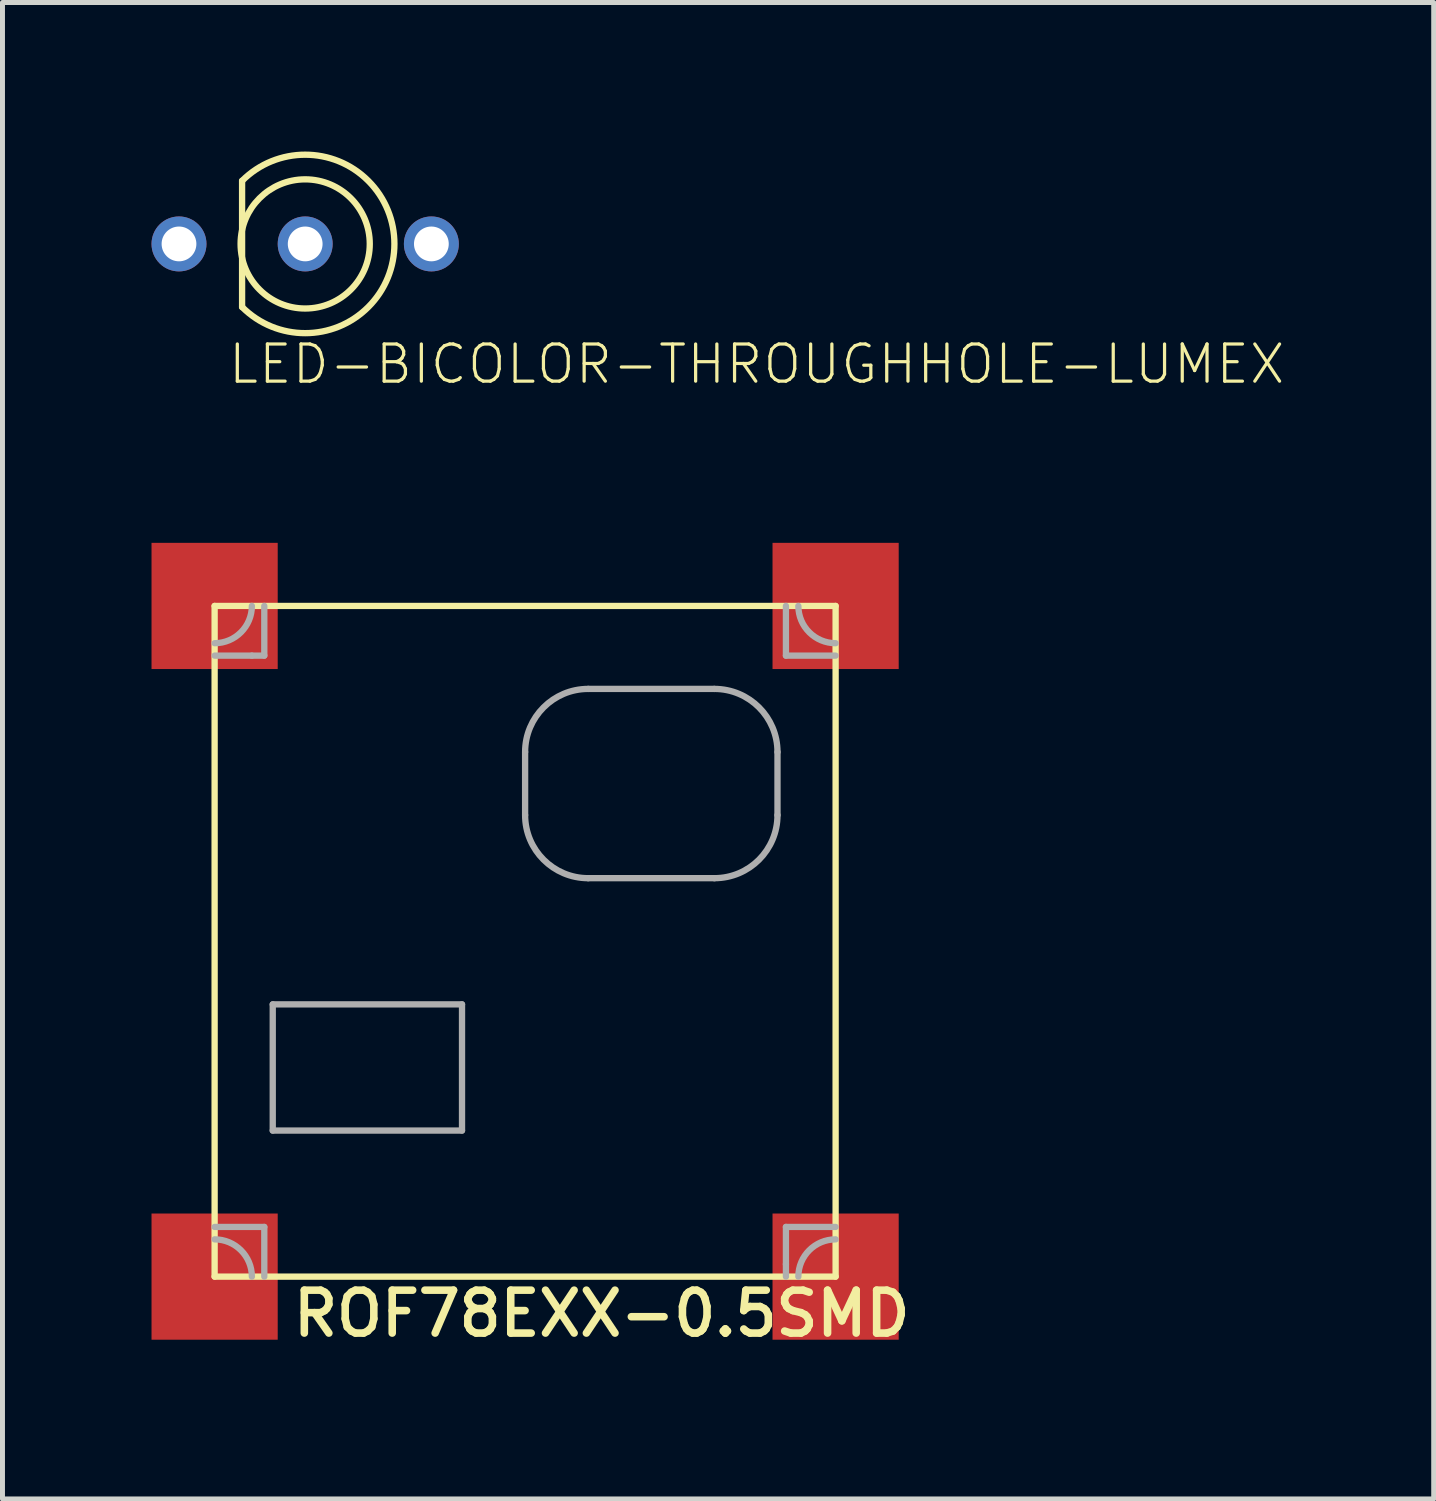
<source format=kicad_pcb>
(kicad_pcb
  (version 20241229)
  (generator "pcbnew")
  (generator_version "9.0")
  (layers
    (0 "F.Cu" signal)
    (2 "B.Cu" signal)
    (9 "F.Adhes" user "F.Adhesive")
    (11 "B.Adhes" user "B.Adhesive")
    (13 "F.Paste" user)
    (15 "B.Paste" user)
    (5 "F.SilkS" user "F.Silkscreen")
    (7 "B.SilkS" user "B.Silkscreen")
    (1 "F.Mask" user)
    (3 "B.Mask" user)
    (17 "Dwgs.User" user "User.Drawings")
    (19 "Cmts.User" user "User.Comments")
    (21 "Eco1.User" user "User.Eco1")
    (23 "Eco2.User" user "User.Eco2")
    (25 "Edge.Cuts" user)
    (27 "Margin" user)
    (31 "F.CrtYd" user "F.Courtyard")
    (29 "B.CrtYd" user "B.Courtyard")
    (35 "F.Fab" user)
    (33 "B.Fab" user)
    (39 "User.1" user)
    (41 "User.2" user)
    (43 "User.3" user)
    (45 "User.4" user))
  (footprint "LED-BICOLOR-THROUGHHOLE-LUMEX"
    (layer "F.Cu")
    (at 3.093 1.86)
    (property "Reference" "LED-BICOLOR-THROUGHHOLE-LUMEX" (at -1.587 2.857 0) (layer "F.SilkS") (effects (font (size 0.748 0.748) (thickness 0.065)) (justify left bottom)))
    (fp_line (start -1.27 -1.27) (end -1.27 1.27) (stroke (width 0.127) (type solid)) (layer "F.SilkS"))
    (fp_arc (start -1.27 -1.27) (mid 1.796051 0) (end -1.27 1.27) (stroke (width 0.127) (type solid)) (layer "F.SilkS"))
    (fp_circle (center 0 0) (end 1.3 0) (stroke (width 0.127) (type solid)) (fill no) (layer "F.SilkS"))
    (pad "A" thru_hole circle (at 0 0 90) (size 1.106 1.106) (drill 0.7) (layers "*.Cu" "*.Mask"))
    (pad "GREEN_C" thru_hole circle (at 2.54 0) (size 1.106 1.106) (drill 0.7) (layers "*.Cu" "*.Mask"))
    (pad "RED_C" thru_hole circle (at -2.54 0) (size 1.106 1.106) (drill 0.7) (layers "*.Cu" "*.Mask")))
  (footprint "ROF78EXX-0.5SMD"
    (layer "F.Cu")
    (at 7.52 15.897)
    (property "Reference" "ROF78EXX-0.5SMD" (at -4.75 8 0) (layer "F.SilkS") (effects (font (size 0.864 0.864) (thickness 0.152)) (justify left bottom)))
    (fp_line (start -6.25 -6.75) (end -6.25 6.75) (stroke (width 0.127) (type solid)) (layer "F.SilkS"))
    (fp_line (start -6.25 -6.75) (end 6.25 -6.75) (stroke (width 0.127) (type solid)) (layer "F.SilkS"))
    (fp_line (start 6.25 -6.75) (end 6.25 6.75) (stroke (width 0.127) (type solid)) (layer "F.SilkS"))
    (fp_line (start 6.25 6.75) (end -6.25 6.75) (stroke (width 0.127) (type solid)) (layer "F.SilkS"))
    (fp_line (start -6.25 -5.75) (end -5.5 -5.75) (stroke (width 0.127) (type solid)) (layer "F.Fab"))
    (fp_line (start -6.25 5.75) (end -5.25 5.75) (stroke (width 0.127) (type solid)) (layer "F.Fab"))
    (fp_line (start -5.5 -5.75) (end -5.25 -5.75) (stroke (width 0.127) (type solid)) (layer "F.Fab"))
    (fp_line (start -5.25 -5.75) (end -5.25 -6.75) (stroke (width 0.127) (type solid)) (layer "F.Fab"))
    (fp_line (start -5.25 5.75) (end -5.25 6.75) (stroke (width 0.127) (type solid)) (layer "F.Fab"))
    (fp_line (start -5.08 1.27) (end -5.08 3.81) (stroke (width 0.127) (type solid)) (layer "F.Fab"))
    (fp_line (start -5.08 3.81) (end -1.27 3.81) (stroke (width 0.127) (type solid)) (layer "F.Fab"))
    (fp_line (start -1.27 1.27) (end -5.08 1.27) (stroke (width 0.127) (type solid)) (layer "F.Fab"))
    (fp_line (start -1.27 3.81) (end -1.27 1.27) (stroke (width 0.127) (type solid)) (layer "F.Fab"))
    (fp_line (start 0 -2.54) (end 0 -3.81) (stroke (width 0.127) (type solid)) (layer "F.Fab"))
    (fp_line (start 1.27 -5.08) (end 3.81 -5.08) (stroke (width 0.127) (type solid)) (layer "F.Fab"))
    (fp_line (start 3.81 -1.27) (end 1.27 -1.27) (stroke (width 0.127) (type solid)) (layer "F.Fab"))
    (fp_line (start 5.08 -3.81) (end 5.08 -2.54) (stroke (width 0.127) (type solid)) (layer "F.Fab"))
    (fp_line (start 5.25 -6.75) (end 5.25 -5.75) (stroke (width 0.127) (type solid)) (layer "F.Fab"))
    (fp_line (start 5.25 -5.75) (end 6.25 -5.75) (stroke (width 0.127) (type solid)) (layer "F.Fab"))
    (fp_line (start 5.25 5.75) (end 5.25 6.5) (stroke (width 0.127) (type solid)) (layer "F.Fab"))
    (fp_line (start 5.25 6.5) (end 5.25 6.75) (stroke (width 0.127) (type solid)) (layer "F.Fab"))
    (fp_line (start 6.25 5.75) (end 5.25 5.75) (stroke (width 0.127) (type solid)) (layer "F.Fab"))
    (fp_arc (start -6.25 6) (mid -5.71967 6.21967) (end -5.5 6.75) (stroke (width 0.127) (type solid)) (layer "F.Fab"))
    (fp_arc (start -5.5 -6.75) (mid -5.71967 -6.21967) (end -6.25 -6) (stroke (width 0.127) (type solid)) (layer "F.Fab"))
    (fp_arc (start 0 -3.81) (mid 0.371974 -4.708026) (end 1.27 -5.08) (stroke (width 0.127) (type solid)) (layer "F.Fab"))
    (fp_arc (start 1.27 -1.27) (mid 0.371974 -1.641974) (end 0 -2.54) (stroke (width 0.127) (type solid)) (layer "F.Fab"))
    (fp_arc (start 3.81 -5.08) (mid 4.708026 -4.708026) (end 5.08 -3.81) (stroke (width 0.127) (type solid)) (layer "F.Fab"))
    (fp_arc (start 5.08 -2.54) (mid 4.708026 -1.641974) (end 3.81 -1.27) (stroke (width 0.127) (type solid)) (layer "F.Fab"))
    (fp_arc (start 5.5 6.75) (mid 5.71967 6.21967) (end 6.25 6) (stroke (width 0.127) (type solid)) (layer "F.Fab"))
    (fp_arc (start 6.25 -6) (mid 5.71967 -6.21967) (end 5.5 -6.75) (stroke (width 0.127) (type solid)) (layer "F.Fab"))
    (pad "1" smd rect (at -6.25 -6.75) (size 2.54 2.54) (layers "F.Cu" "F.Mask" "F.Paste"))
    (pad "2" smd rect (at 6.25 -6.75) (size 2.54 2.54) (layers "F.Cu" "F.Mask" "F.Paste"))
    (pad "3" smd rect (at 6.25 6.75) (size 2.54 2.54) (layers "F.Cu" "F.Mask" "F.Paste"))
    (pad "4" smd rect (at -6.25 6.75) (size 2.54 2.54) (layers "F.Cu" "F.Mask" "F.Paste")))
  (gr_rect
    (start -3 -3)
    (end 25.809 27.122)
    (stroke (width 0.1) (type default))
    (fill no)
    (layer "Edge.Cuts")))
</source>
